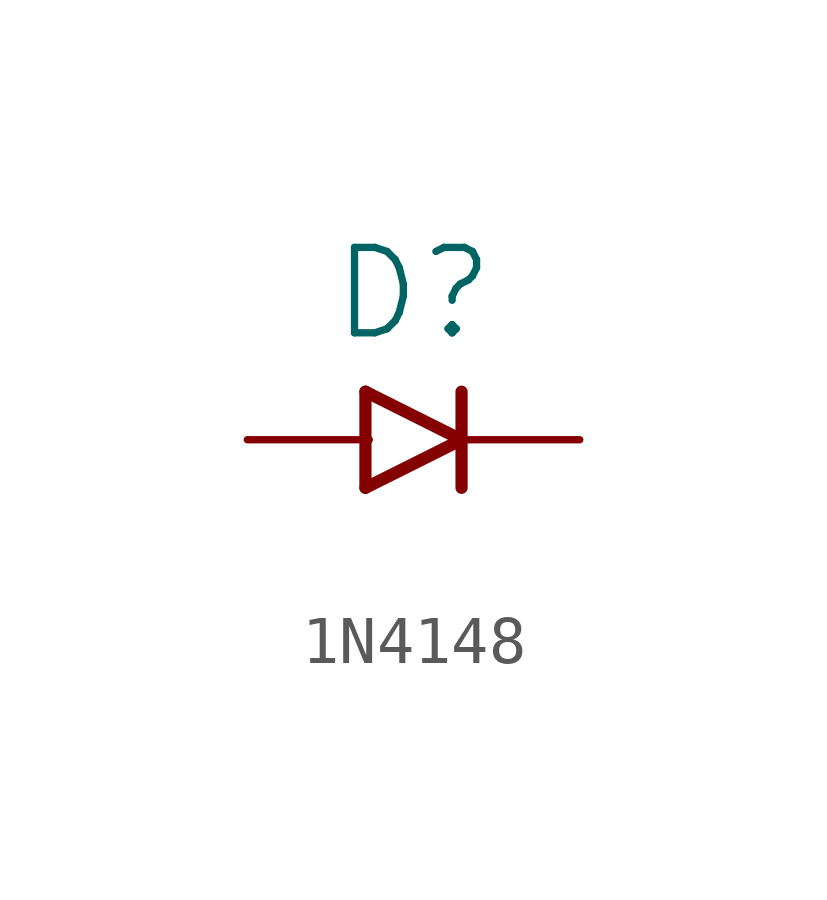
<source format=kicad_sym>
(kicad_symbol_lib
  (version 20241209)
  (generator "kicad_symbol_editor")
  (generator_version "9.0")
  (symbol "1N4148"
    (property "Reference" "D"
      (at 0 2 0)
      (effects (font (size 1.778 1.778)) (justify bottom)))
    (property "Value" ""
      (at 0 -2 0)
      (effects (font (size 1.778 1.778)) (justify top)))
    (property "ki_locked" ""
      (at 0 0 0)
      (effects (font (size 1.27 1.27))))
    (symbol "1N4148_1_0"
      (polyline (pts (xy -1 1) (xy -1 -1)) (stroke (width 0.254) (type solid)) (fill (type none)))
      (polyline (pts (xy -1 -1) (xy 1 0)) (stroke (width 0.254) (type solid)) (fill (type none)))
      (polyline (pts (xy 1 1) (xy 1 0)) (stroke (width 0.254) (type solid)) (fill (type none)))
      (polyline (pts (xy 1 0) (xy -1 1)) (stroke (width 0.254) (type solid)) (fill (type none)))
      (polyline (pts (xy 1 0) (xy 1 -1)) (stroke (width 0.254) (type solid)) (fill (type none)))
      (pin bidirectional line (at -3.46 0 0) (length 2.54) (name "A" (effects (font (size 0 0)))) (number "A" (effects (font (size 0 0)))))
      (pin bidirectional line (at 3.46 0 180) (length 2.54) (name "C" (effects (font (size 0 0)))) (number "C" (effects (font (size 0 0))))))))
</source>
